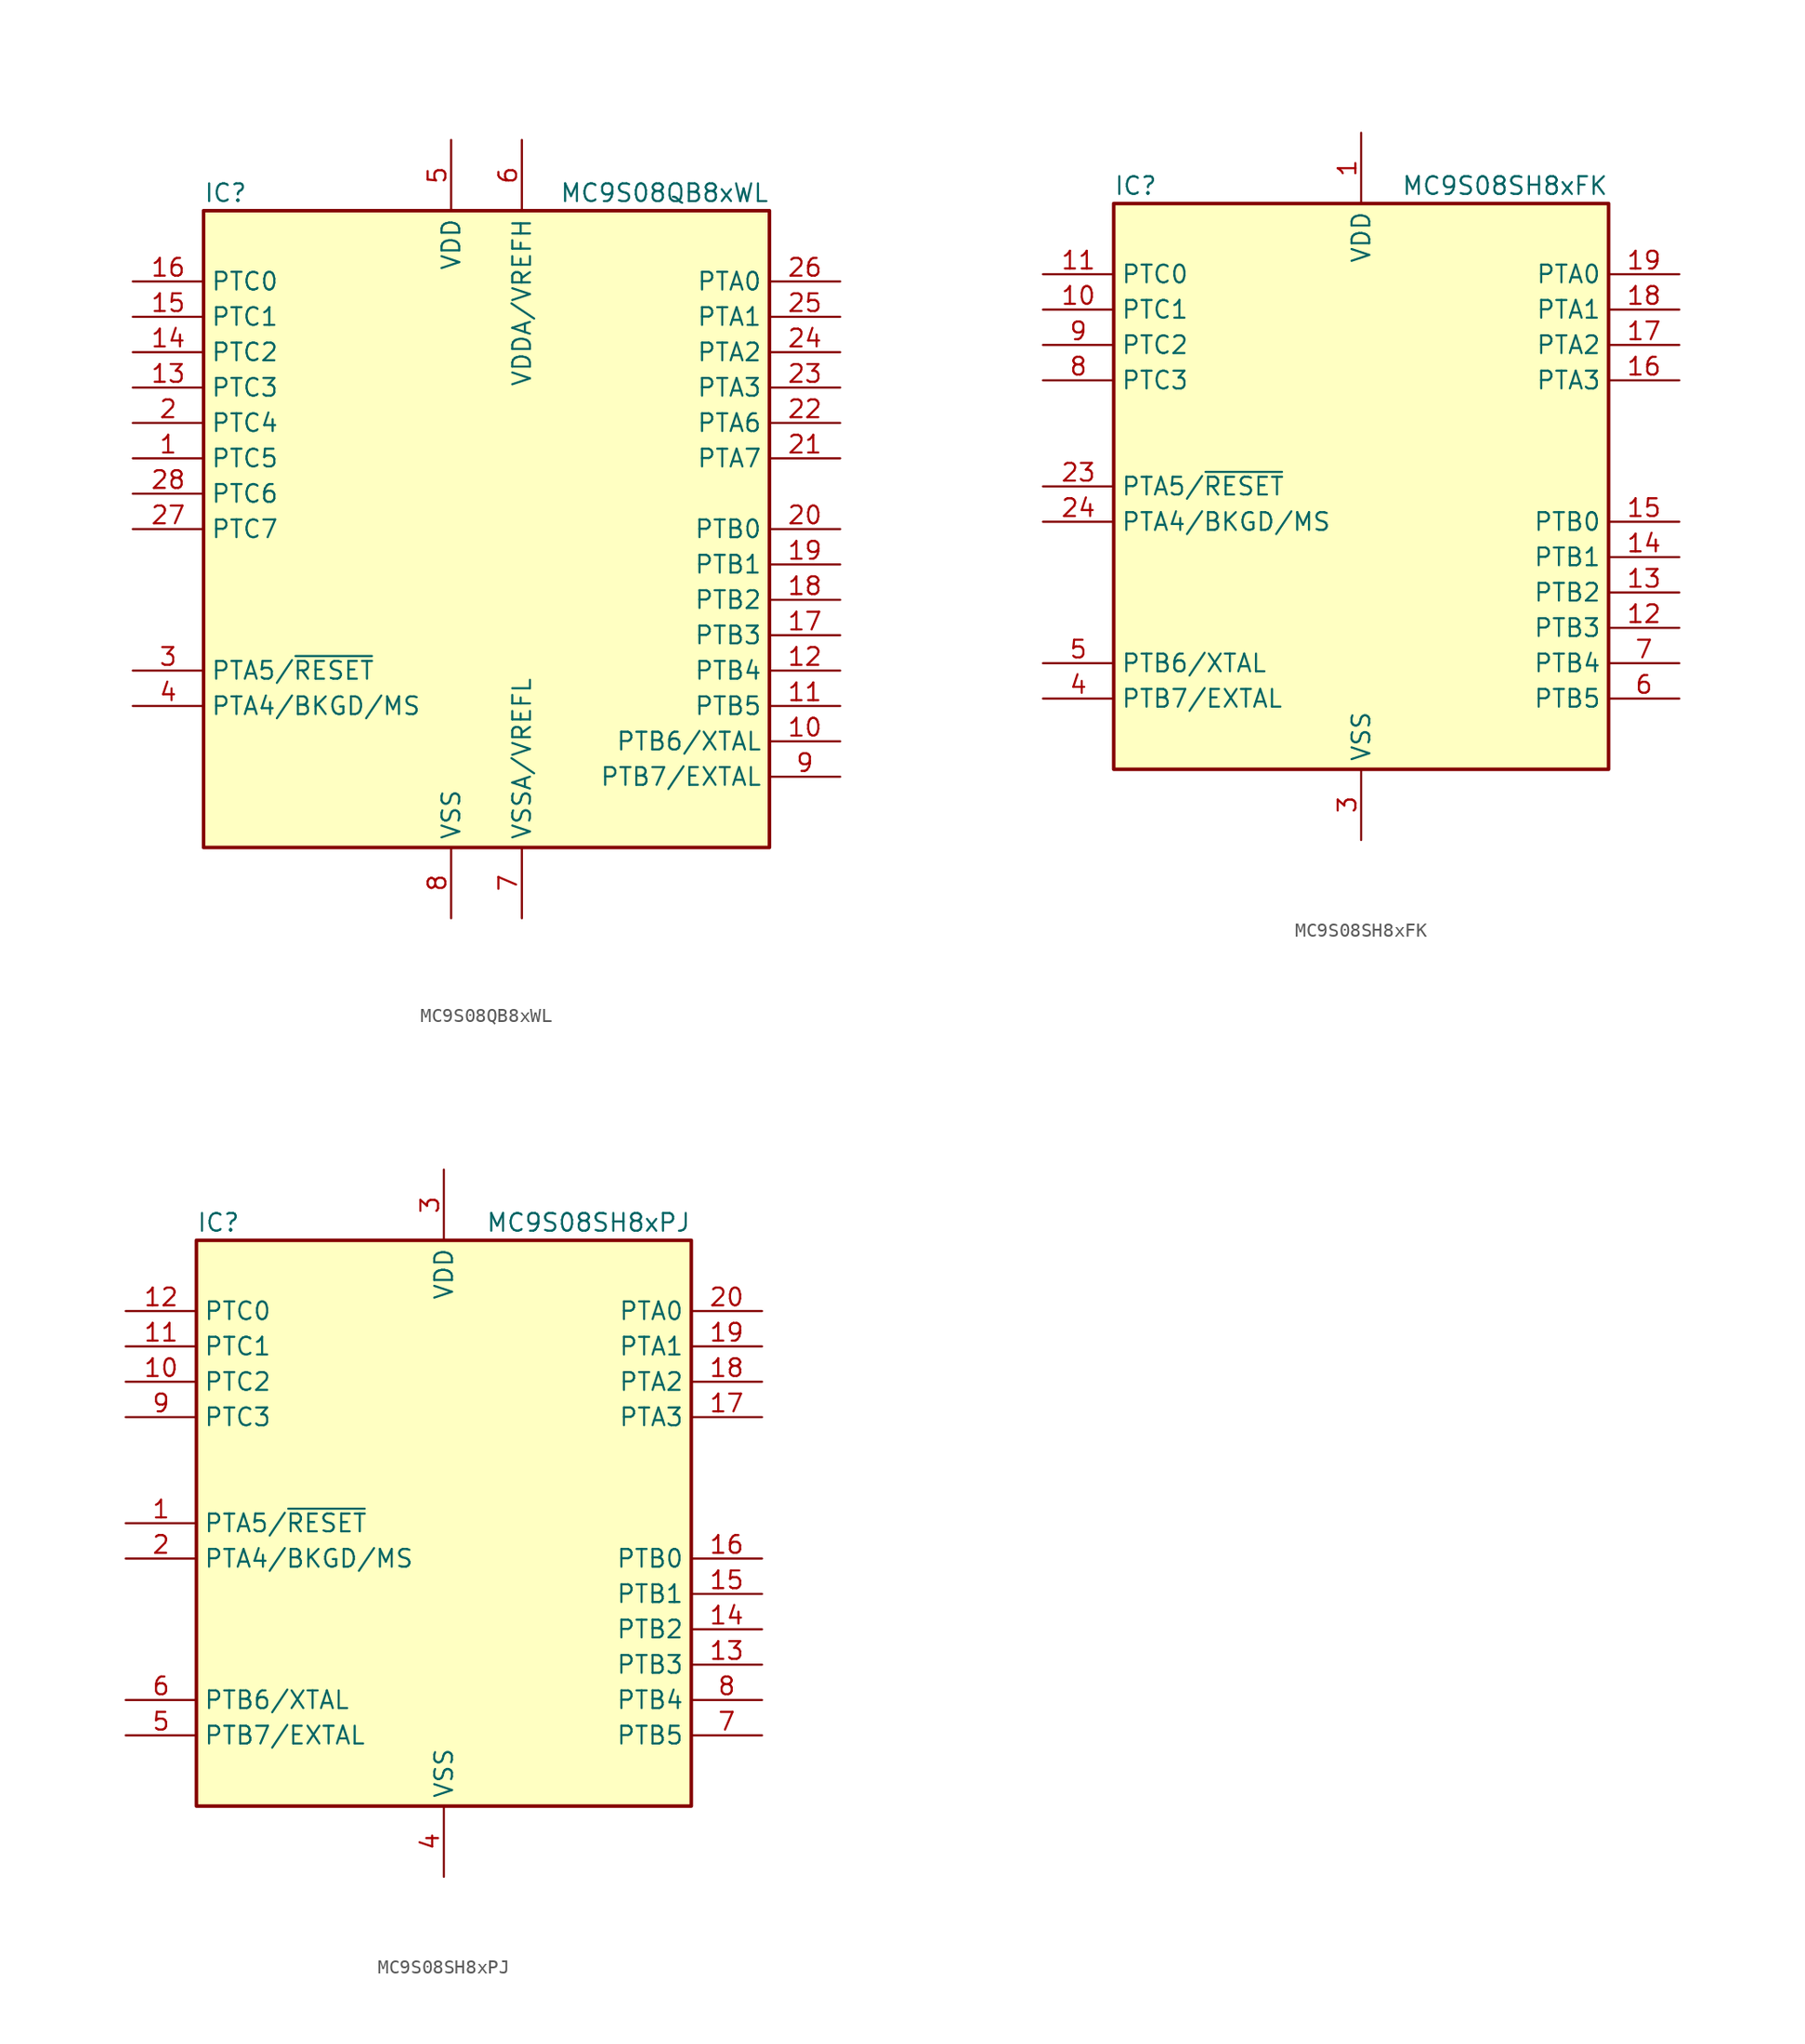
<source format=kicad_sym>
(kicad_symbol_lib
  (version 20220914)
  (generator kicad_symbol_editor)
  (symbol "MC9S08QB8xWL"
    (property "Reference" "IC"
      (at -20.32 24.13 0)
      (effects (font (size 1.27 1.27)) (justify left)))
    (property "Value" "MC9S08QB8xWL"
      (at 20.32 24.13 0)
      (effects (font (size 1.27 1.27)) (justify right)))
    (symbol "MC9S08QB8xWL_0_1"
      (rectangle (start -20.32 22.86) (end 20.32 -22.86) (stroke (width 0.254) (type default)) (fill (type background))))
    (symbol "MC9S08QB8xWL_1_1"
      (pin bidirectional line (at -25.4 5.08 0) (length 5.08) (name "PTC5" (effects (font (size 1.27 1.27)))) (number "1" (effects (font (size 1.27 1.27)))))
      (pin bidirectional line (at 25.4 -15.24 180) (length 5.08) (name "PTB6/XTAL" (effects (font (size 1.27 1.27)))) (number "10" (effects (font (size 1.27 1.27)))))
      (pin bidirectional line (at 25.4 -12.7 180) (length 5.08) (name "PTB5" (effects (font (size 1.27 1.27)))) (number "11" (effects (font (size 1.27 1.27)))))
      (pin bidirectional line (at 25.4 -10.16 180) (length 5.08) (name "PTB4" (effects (font (size 1.27 1.27)))) (number "12" (effects (font (size 1.27 1.27)))))
      (pin bidirectional line (at -25.4 10.16 0) (length 5.08) (name "PTC3" (effects (font (size 1.27 1.27)))) (number "13" (effects (font (size 1.27 1.27)))))
      (pin bidirectional line (at -25.4 12.7 0) (length 5.08) (name "PTC2" (effects (font (size 1.27 1.27)))) (number "14" (effects (font (size 1.27 1.27)))))
      (pin bidirectional line (at -25.4 15.24 0) (length 5.08) (name "PTC1" (effects (font (size 1.27 1.27)))) (number "15" (effects (font (size 1.27 1.27)))))
      (pin bidirectional line (at -25.4 17.78 0) (length 5.08) (name "PTC0" (effects (font (size 1.27 1.27)))) (number "16" (effects (font (size 1.27 1.27)))))
      (pin bidirectional line (at 25.4 -7.62 180) (length 5.08) (name "PTB3" (effects (font (size 1.27 1.27)))) (number "17" (effects (font (size 1.27 1.27)))))
      (pin bidirectional line (at 25.4 -5.08 180) (length 5.08) (name "PTB2" (effects (font (size 1.27 1.27)))) (number "18" (effects (font (size 1.27 1.27)))))
      (pin bidirectional line (at 25.4 -2.54 180) (length 5.08) (name "PTB1" (effects (font (size 1.27 1.27)))) (number "19" (effects (font (size 1.27 1.27)))))
      (pin bidirectional line (at -25.4 7.62 0) (length 5.08) (name "PTC4" (effects (font (size 1.27 1.27)))) (number "2" (effects (font (size 1.27 1.27)))))
      (pin bidirectional line (at 25.4 0 180) (length 5.08) (name "PTB0" (effects (font (size 1.27 1.27)))) (number "20" (effects (font (size 1.27 1.27)))))
      (pin bidirectional line (at 25.4 5.08 180) (length 5.08) (name "PTA7" (effects (font (size 1.27 1.27)))) (number "21" (effects (font (size 1.27 1.27)))))
      (pin bidirectional line (at 25.4 7.62 180) (length 5.08) (name "PTA6" (effects (font (size 1.27 1.27)))) (number "22" (effects (font (size 1.27 1.27)))))
      (pin bidirectional line (at 25.4 10.16 180) (length 5.08) (name "PTA3" (effects (font (size 1.27 1.27)))) (number "23" (effects (font (size 1.27 1.27)))))
      (pin bidirectional line (at 25.4 12.7 180) (length 5.08) (name "PTA2" (effects (font (size 1.27 1.27)))) (number "24" (effects (font (size 1.27 1.27)))))
      (pin bidirectional line (at 25.4 15.24 180) (length 5.08) (name "PTA1" (effects (font (size 1.27 1.27)))) (number "25" (effects (font (size 1.27 1.27)))))
      (pin bidirectional line (at 25.4 17.78 180) (length 5.08) (name "PTA0" (effects (font (size 1.27 1.27)))) (number "26" (effects (font (size 1.27 1.27)))))
      (pin bidirectional line (at -25.4 0 0) (length 5.08) (name "PTC7" (effects (font (size 1.27 1.27)))) (number "27" (effects (font (size 1.27 1.27)))))
      (pin bidirectional line (at -25.4 2.54 0) (length 5.08) (name "PTC6" (effects (font (size 1.27 1.27)))) (number "28" (effects (font (size 1.27 1.27)))))
      (pin bidirectional line (at -25.4 -10.16 0) (length 5.08) (name "PTA5/~{RESET}" (effects (font (size 1.27 1.27)))) (number "3" (effects (font (size 1.27 1.27)))))
      (pin bidirectional line (at -25.4 -12.7 0) (length 5.08) (name "PTA4/BKGD/MS" (effects (font (size 1.27 1.27)))) (number "4" (effects (font (size 1.27 1.27)))))
      (pin power_in line (at -2.54 27.94 270) (length 5.08) (name "VDD" (effects (font (size 1.27 1.27)))) (number "5" (effects (font (size 1.27 1.27)))))
      (pin power_in line (at 2.54 27.94 270) (length 5.08) (name "VDDA/VREFH" (effects (font (size 1.27 1.27)))) (number "6" (effects (font (size 1.27 1.27)))))
      (pin power_in line (at 2.54 -27.94 90) (length 5.08) (name "VSSA/VREFL" (effects (font (size 1.27 1.27)))) (number "7" (effects (font (size 1.27 1.27)))))
      (pin power_in line (at -2.54 -27.94 90) (length 5.08) (name "VSS" (effects (font (size 1.27 1.27)))) (number "8" (effects (font (size 1.27 1.27)))))
      (pin bidirectional line (at 25.4 -17.78 180) (length 5.08) (name "PTB7/EXTAL" (effects (font (size 1.27 1.27)))) (number "9" (effects (font (size 1.27 1.27)))))))
  (symbol "MC9S08SH8xFK"
    (property "Reference" "IC"
      (at -17.78 21.59 0)
      (effects (font (size 1.27 1.27)) (justify left)))
    (property "Value" "MC9S08SH8xFK"
      (at 17.78 21.59 0)
      (effects (font (size 1.27 1.27)) (justify right)))
    (symbol "MC9S08SH8xFK_0_1"
      (rectangle (start -17.78 20.32) (end 17.78 -20.32) (stroke (width 0.254) (type default)) (fill (type background))))
    (symbol "MC9S08SH8xFK_1_1"
      (pin power_in line (at 0 25.4 270) (length 5.08) (name "VDD" (effects (font (size 1.27 1.27)))) (number "1" (effects (font (size 1.27 1.27)))))
      (pin bidirectional line (at -22.86 12.7 0) (length 5.08) (name "PTC1" (effects (font (size 1.27 1.27)))) (number "10" (effects (font (size 1.27 1.27)))))
      (pin bidirectional line (at -22.86 15.24 0) (length 5.08) (name "PTC0" (effects (font (size 1.27 1.27)))) (number "11" (effects (font (size 1.27 1.27)))))
      (pin bidirectional line (at 22.86 -10.16 180) (length 5.08) (name "PTB3" (effects (font (size 1.27 1.27)))) (number "12" (effects (font (size 1.27 1.27)))))
      (pin bidirectional line (at 22.86 -7.62 180) (length 5.08) (name "PTB2" (effects (font (size 1.27 1.27)))) (number "13" (effects (font (size 1.27 1.27)))))
      (pin bidirectional line (at 22.86 -5.08 180) (length 5.08) (name "PTB1" (effects (font (size 1.27 1.27)))) (number "14" (effects (font (size 1.27 1.27)))))
      (pin bidirectional line (at 22.86 -2.54 180) (length 5.08) (name "PTB0" (effects (font (size 1.27 1.27)))) (number "15" (effects (font (size 1.27 1.27)))))
      (pin bidirectional line (at 22.86 7.62 180) (length 5.08) (name "PTA3" (effects (font (size 1.27 1.27)))) (number "16" (effects (font (size 1.27 1.27)))))
      (pin bidirectional line (at 22.86 10.16 180) (length 5.08) (name "PTA2" (effects (font (size 1.27 1.27)))) (number "17" (effects (font (size 1.27 1.27)))))
      (pin bidirectional line (at 22.86 12.7 180) (length 5.08) (name "PTA1" (effects (font (size 1.27 1.27)))) (number "18" (effects (font (size 1.27 1.27)))))
      (pin bidirectional line (at 22.86 15.24 180) (length 5.08) (name "PTA0" (effects (font (size 1.27 1.27)))) (number "19" (effects (font (size 1.27 1.27)))))
      (pin bidirectional line (at -22.86 0 0) (length 5.08) (name "PTA5/~{RESET}" (effects (font (size 1.27 1.27)))) (number "23" (effects (font (size 1.27 1.27)))))
      (pin bidirectional line (at -22.86 -2.54 0) (length 5.08) (name "PTA4/BKGD/MS" (effects (font (size 1.27 1.27)))) (number "24" (effects (font (size 1.27 1.27)))))
      (pin power_in line (at 0 -25.4 90) (length 5.08) (name "VSS" (effects (font (size 1.27 1.27)))) (number "3" (effects (font (size 1.27 1.27)))))
      (pin bidirectional line (at -22.86 -15.24 0) (length 5.08) (name "PTB7/EXTAL" (effects (font (size 1.27 1.27)))) (number "4" (effects (font (size 1.27 1.27)))))
      (pin bidirectional line (at -22.86 -12.7 0) (length 5.08) (name "PTB6/XTAL" (effects (font (size 1.27 1.27)))) (number "5" (effects (font (size 1.27 1.27)))))
      (pin bidirectional line (at 22.86 -15.24 180) (length 5.08) (name "PTB5" (effects (font (size 1.27 1.27)))) (number "6" (effects (font (size 1.27 1.27)))))
      (pin bidirectional line (at 22.86 -12.7 180) (length 5.08) (name "PTB4" (effects (font (size 1.27 1.27)))) (number "7" (effects (font (size 1.27 1.27)))))
      (pin bidirectional line (at -22.86 7.62 0) (length 5.08) (name "PTC3" (effects (font (size 1.27 1.27)))) (number "8" (effects (font (size 1.27 1.27)))))
      (pin bidirectional line (at -22.86 10.16 0) (length 5.08) (name "PTC2" (effects (font (size 1.27 1.27)))) (number "9" (effects (font (size 1.27 1.27)))))))
  (symbol "MC9S08SH8xPJ"
    (property "Reference" "IC"
      (at -17.78 21.59 0)
      (effects (font (size 1.27 1.27)) (justify left)))
    (property "Value" "MC9S08SH8xPJ"
      (at 17.78 21.59 0)
      (effects (font (size 1.27 1.27)) (justify right)))
    (symbol "MC9S08SH8xPJ_0_1"
      (rectangle (start -17.78 20.32) (end 17.78 -20.32) (stroke (width 0.254) (type default)) (fill (type background))))
    (symbol "MC9S08SH8xPJ_1_1"
      (pin bidirectional line (at -22.86 0 0) (length 5.08) (name "PTA5/~{RESET}" (effects (font (size 1.27 1.27)))) (number "1" (effects (font (size 1.27 1.27)))))
      (pin bidirectional line (at -22.86 10.16 0) (length 5.08) (name "PTC2" (effects (font (size 1.27 1.27)))) (number "10" (effects (font (size 1.27 1.27)))))
      (pin bidirectional line (at -22.86 12.7 0) (length 5.08) (name "PTC1" (effects (font (size 1.27 1.27)))) (number "11" (effects (font (size 1.27 1.27)))))
      (pin bidirectional line (at -22.86 15.24 0) (length 5.08) (name "PTC0" (effects (font (size 1.27 1.27)))) (number "12" (effects (font (size 1.27 1.27)))))
      (pin bidirectional line (at 22.86 -10.16 180) (length 5.08) (name "PTB3" (effects (font (size 1.27 1.27)))) (number "13" (effects (font (size 1.27 1.27)))))
      (pin bidirectional line (at 22.86 -7.62 180) (length 5.08) (name "PTB2" (effects (font (size 1.27 1.27)))) (number "14" (effects (font (size 1.27 1.27)))))
      (pin bidirectional line (at 22.86 -5.08 180) (length 5.08) (name "PTB1" (effects (font (size 1.27 1.27)))) (number "15" (effects (font (size 1.27 1.27)))))
      (pin bidirectional line (at 22.86 -2.54 180) (length 5.08) (name "PTB0" (effects (font (size 1.27 1.27)))) (number "16" (effects (font (size 1.27 1.27)))))
      (pin bidirectional line (at 22.86 7.62 180) (length 5.08) (name "PTA3" (effects (font (size 1.27 1.27)))) (number "17" (effects (font (size 1.27 1.27)))))
      (pin bidirectional line (at 22.86 10.16 180) (length 5.08) (name "PTA2" (effects (font (size 1.27 1.27)))) (number "18" (effects (font (size 1.27 1.27)))))
      (pin bidirectional line (at 22.86 12.7 180) (length 5.08) (name "PTA1" (effects (font (size 1.27 1.27)))) (number "19" (effects (font (size 1.27 1.27)))))
      (pin bidirectional line (at -22.86 -2.54 0) (length 5.08) (name "PTA4/BKGD/MS" (effects (font (size 1.27 1.27)))) (number "2" (effects (font (size 1.27 1.27)))))
      (pin bidirectional line (at 22.86 15.24 180) (length 5.08) (name "PTA0" (effects (font (size 1.27 1.27)))) (number "20" (effects (font (size 1.27 1.27)))))
      (pin power_in line (at 0 25.4 270) (length 5.08) (name "VDD" (effects (font (size 1.27 1.27)))) (number "3" (effects (font (size 1.27 1.27)))))
      (pin power_in line (at 0 -25.4 90) (length 5.08) (name "VSS" (effects (font (size 1.27 1.27)))) (number "4" (effects (font (size 1.27 1.27)))))
      (pin bidirectional line (at -22.86 -15.24 0) (length 5.08) (name "PTB7/EXTAL" (effects (font (size 1.27 1.27)))) (number "5" (effects (font (size 1.27 1.27)))))
      (pin bidirectional line (at -22.86 -12.7 0) (length 5.08) (name "PTB6/XTAL" (effects (font (size 1.27 1.27)))) (number "6" (effects (font (size 1.27 1.27)))))
      (pin bidirectional line (at 22.86 -15.24 180) (length 5.08) (name "PTB5" (effects (font (size 1.27 1.27)))) (number "7" (effects (font (size 1.27 1.27)))))
      (pin bidirectional line (at 22.86 -12.7 180) (length 5.08) (name "PTB4" (effects (font (size 1.27 1.27)))) (number "8" (effects (font (size 1.27 1.27)))))
      (pin bidirectional line (at -22.86 7.62 0) (length 5.08) (name "PTC3" (effects (font (size 1.27 1.27)))) (number "9" (effects (font (size 1.27 1.27))))))))
</source>
